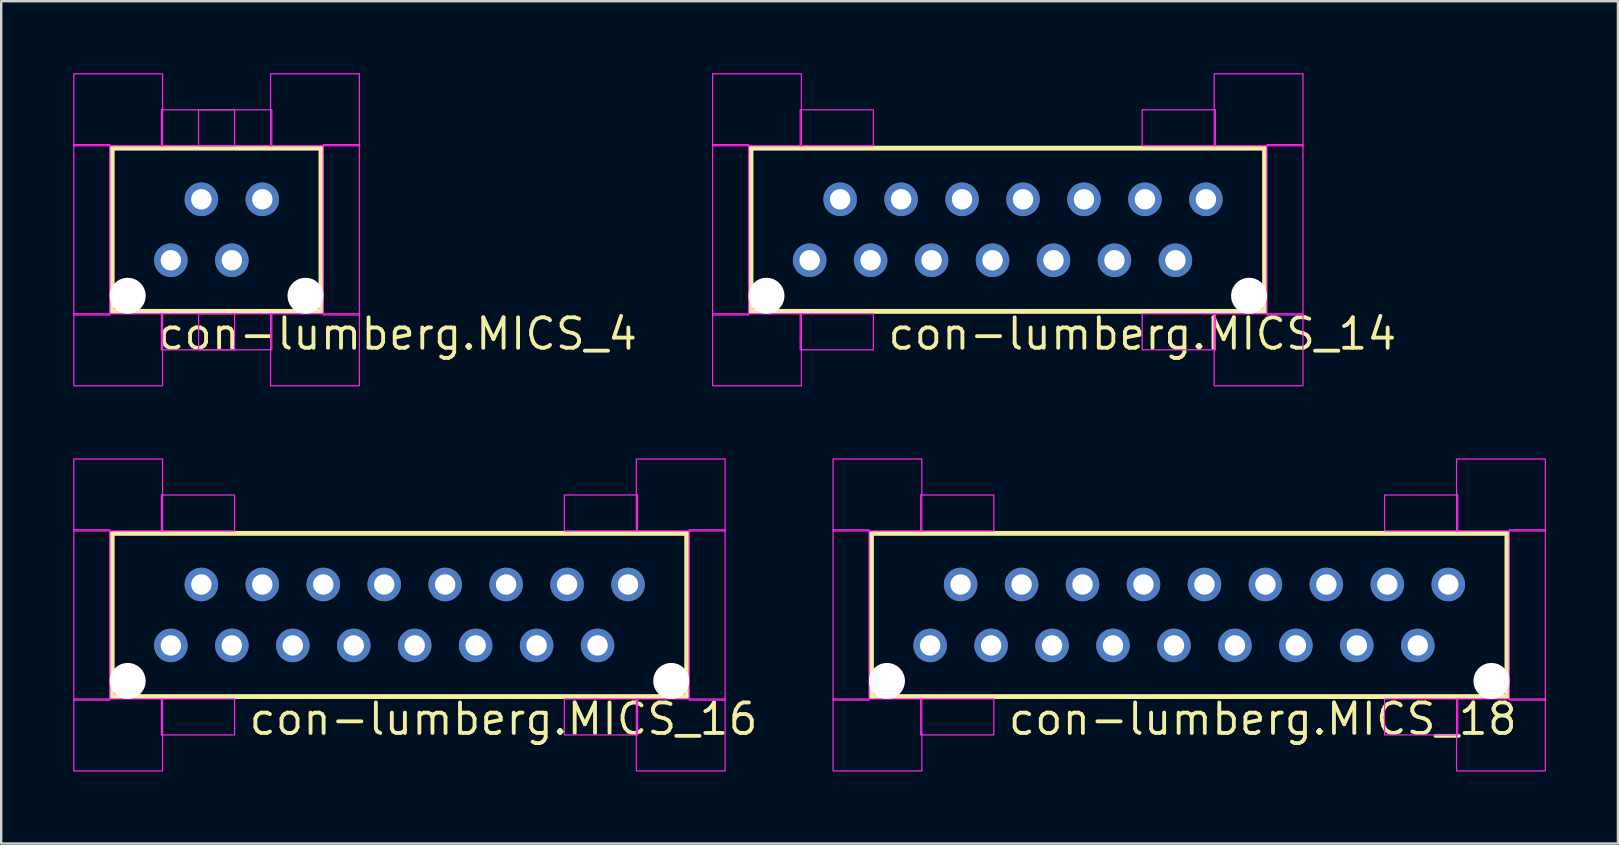
<source format=kicad_pcb>
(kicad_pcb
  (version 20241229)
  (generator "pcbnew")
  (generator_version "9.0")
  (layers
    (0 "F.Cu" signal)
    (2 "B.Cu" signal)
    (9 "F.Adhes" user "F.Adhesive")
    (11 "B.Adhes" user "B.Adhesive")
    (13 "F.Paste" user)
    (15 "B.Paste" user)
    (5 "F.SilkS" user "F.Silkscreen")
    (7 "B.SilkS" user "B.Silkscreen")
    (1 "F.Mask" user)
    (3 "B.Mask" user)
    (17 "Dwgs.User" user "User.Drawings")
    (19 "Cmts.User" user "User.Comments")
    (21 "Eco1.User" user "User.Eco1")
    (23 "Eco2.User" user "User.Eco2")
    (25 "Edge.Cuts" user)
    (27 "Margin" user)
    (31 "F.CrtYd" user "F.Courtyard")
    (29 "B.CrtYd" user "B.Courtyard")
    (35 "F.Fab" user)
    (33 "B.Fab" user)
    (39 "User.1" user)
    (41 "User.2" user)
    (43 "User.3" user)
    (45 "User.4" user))
  (footprint "con-lumberg.MICS_4"
    (layer "F.Cu")
    (at 5.975 6.525)
    (property "Reference" "con-lumberg.MICS_4" (at -2.54 5.08 0) (layer "F.SilkS") (effects (font (size 1.27 1.27) (thickness 0.16)) (justify left bottom)))
    (attr through_hole)
    (fp_line (start -4.35 -3.4) (end 4.35 -3.4) (stroke (width 0.203) (type default)) (layer "F.SilkS"))
    (fp_line (start -4.35 3.4) (end -4.35 -3.4) (stroke (width 0.203) (type default)) (layer "F.SilkS"))
    (fp_line (start 4.35 -3.4) (end 4.35 3.4) (stroke (width 0.203) (type default)) (layer "F.SilkS"))
    (fp_line (start 4.35 3.4) (end -4.35 3.4) (stroke (width 0.203) (type default)) (layer "F.SilkS"))
    (fp_rect (start -5.95 -3.5) (end -2.25 -6.5) (stroke (width 0.05) (type default)) (fill no) (layer "F.CrtYd"))
    (fp_rect (start -5.95 3.55) (end -4.45 -3.55) (stroke (width 0.05) (type default)) (fill no) (layer "F.CrtYd"))
    (fp_rect (start -5.95 6.5) (end -2.25 3.5) (stroke (width 0.05) (type default)) (fill no) (layer "F.CrtYd"))
    (fp_rect (start -2.3 -3.5) (end 0.75 -5) (stroke (width 0.05) (type default)) (fill no) (layer "F.CrtYd"))
    (fp_rect (start -2.3 5) (end 0.75 3.5) (stroke (width 0.05) (type default)) (fill no) (layer "F.CrtYd"))
    (fp_rect (start -0.75 -3.5) (end 2.3 -5) (stroke (width 0.05) (type default)) (fill no) (layer "F.CrtYd"))
    (fp_rect (start -0.75 5) (end 2.3 3.5) (stroke (width 0.05) (type default)) (fill no) (layer "F.CrtYd"))
    (fp_rect (start 2.25 -3.5) (end 5.95 -6.5) (stroke (width 0.05) (type default)) (fill no) (layer "F.CrtYd"))
    (fp_rect (start 2.25 6.5) (end 5.95 3.5) (stroke (width 0.05) (type default)) (fill no) (layer "F.CrtYd"))
    (fp_rect (start 4.45 3.55) (end 5.95 -3.55) (stroke (width 0.05) (type default)) (fill no) (layer "F.CrtYd"))
    (pad "" np_thru_hole circle (at -3.705 2.75) (size 1.5 1.5) (drill 1.5) (layers "*.Cu" "*.Mask"))
    (pad "" np_thru_hole circle (at 3.705 2.75) (size 1.5 1.5) (drill 1.5) (layers "*.Cu" "*.Mask"))
    (pad "1" thru_hole circle (at -1.905 1.27) (size 1.397 1.397) (drill 0.85) (layers "*.Cu" "*.Mask"))
    (pad "2" thru_hole circle (at -0.635 -1.27) (size 1.397 1.397) (drill 0.85) (layers "*.Cu" "*.Mask"))
    (pad "3" thru_hole circle (at 0.635 1.27) (size 1.397 1.397) (drill 0.85) (layers "*.Cu" "*.Mask"))
    (pad "4" thru_hole circle (at 1.905 -1.27) (size 1.397 1.397) (drill 0.85) (layers "*.Cu" "*.Mask")))
  (footprint "con-lumberg.MICS_18"
    (layer "F.Cu")
    (at 46.503 22.575)
    (property "Reference" "con-lumberg.MICS_18" (at -7.62 5.08 0) (layer "F.SilkS") (effects (font (size 1.27 1.27) (thickness 0.16)) (justify left bottom)))
    (attr through_hole)
    (fp_line (start -13.24 -3.4) (end 13.24 -3.4) (stroke (width 0.203) (type default)) (layer "F.SilkS"))
    (fp_line (start -13.24 3.4) (end -13.24 -3.4) (stroke (width 0.203) (type default)) (layer "F.SilkS"))
    (fp_line (start 13.24 -3.4) (end 13.24 3.4) (stroke (width 0.203) (type default)) (layer "F.SilkS"))
    (fp_line (start 13.24 3.4) (end -13.24 3.4) (stroke (width 0.203) (type default)) (layer "F.SilkS"))
    (fp_rect (start -14.84 -3.5) (end -11.14 -6.5) (stroke (width 0.05) (type default)) (fill no) (layer "F.CrtYd"))
    (fp_rect (start -14.84 3.55) (end -13.34 -3.55) (stroke (width 0.05) (type default)) (fill no) (layer "F.CrtYd"))
    (fp_rect (start -14.84 6.5) (end -11.14 3.5) (stroke (width 0.05) (type default)) (fill no) (layer "F.CrtYd"))
    (fp_rect (start -11.19 -3.5) (end -8.14 -5) (stroke (width 0.05) (type default)) (fill no) (layer "F.CrtYd"))
    (fp_rect (start -11.19 5) (end -8.14 3.5) (stroke (width 0.05) (type default)) (fill no) (layer "F.CrtYd"))
    (fp_rect (start 8.14 -3.5) (end 11.19 -5) (stroke (width 0.05) (type default)) (fill no) (layer "F.CrtYd"))
    (fp_rect (start 8.14 5) (end 11.19 3.5) (stroke (width 0.05) (type default)) (fill no) (layer "F.CrtYd"))
    (fp_rect (start 11.14 -3.5) (end 14.84 -6.5) (stroke (width 0.05) (type default)) (fill no) (layer "F.CrtYd"))
    (fp_rect (start 11.14 6.5) (end 14.84 3.5) (stroke (width 0.05) (type default)) (fill no) (layer "F.CrtYd"))
    (fp_rect (start 13.34 3.55) (end 14.84 -3.55) (stroke (width 0.05) (type default)) (fill no) (layer "F.CrtYd"))
    (pad "" np_thru_hole circle (at -12.595 2.75) (size 1.5 1.5) (drill 1.5) (layers "*.Cu" "*.Mask"))
    (pad "" np_thru_hole circle (at 12.595 2.75) (size 1.5 1.5) (drill 1.5) (layers "*.Cu" "*.Mask"))
    (pad "1" thru_hole circle (at -10.795 1.27) (size 1.397 1.397) (drill 0.85) (layers "*.Cu" "*.Mask"))
    (pad "2" thru_hole circle (at -9.525 -1.27) (size 1.397 1.397) (drill 0.85) (layers "*.Cu" "*.Mask"))
    (pad "3" thru_hole circle (at -8.255 1.27) (size 1.397 1.397) (drill 0.85) (layers "*.Cu" "*.Mask"))
    (pad "4" thru_hole circle (at -6.985 -1.27) (size 1.397 1.397) (drill 0.85) (layers "*.Cu" "*.Mask"))
    (pad "5" thru_hole circle (at -5.715 1.27) (size 1.397 1.397) (drill 0.85) (layers "*.Cu" "*.Mask"))
    (pad "6" thru_hole circle (at -4.445 -1.27) (size 1.397 1.397) (drill 0.85) (layers "*.Cu" "*.Mask"))
    (pad "7" thru_hole circle (at -3.175 1.27) (size 1.397 1.397) (drill 0.85) (layers "*.Cu" "*.Mask"))
    (pad "8" thru_hole circle (at -1.905 -1.27) (size 1.397 1.397) (drill 0.85) (layers "*.Cu" "*.Mask"))
    (pad "9" thru_hole circle (at -0.635 1.27) (size 1.397 1.397) (drill 0.85) (layers "*.Cu" "*.Mask"))
    (pad "10" thru_hole circle (at 0.635 -1.27) (size 1.397 1.397) (drill 0.85) (layers "*.Cu" "*.Mask"))
    (pad "11" thru_hole circle (at 1.905 1.27) (size 1.397 1.397) (drill 0.85) (layers "*.Cu" "*.Mask"))
    (pad "12" thru_hole circle (at 3.175 -1.27) (size 1.397 1.397) (drill 0.85) (layers "*.Cu" "*.Mask"))
    (pad "13" thru_hole circle (at 4.445 1.27) (size 1.397 1.397) (drill 0.85) (layers "*.Cu" "*.Mask"))
    (pad "14" thru_hole circle (at 5.715 -1.27) (size 1.397 1.397) (drill 0.85) (layers "*.Cu" "*.Mask"))
    (pad "15" thru_hole circle (at 6.985 1.27) (size 1.397 1.397) (drill 0.85) (layers "*.Cu" "*.Mask"))
    (pad "16" thru_hole circle (at 8.255 -1.27) (size 1.397 1.397) (drill 0.85) (layers "*.Cu" "*.Mask"))
    (pad "17" thru_hole circle (at 9.525 1.27) (size 1.397 1.397) (drill 0.85) (layers "*.Cu" "*.Mask"))
    (pad "18" thru_hole circle (at 10.795 -1.27) (size 1.397 1.397) (drill 0.85) (layers "*.Cu" "*.Mask")))
  (footprint "con-lumberg.MICS_14"
    (layer "F.Cu")
    (at 38.943 6.525)
    (property "Reference" "con-lumberg.MICS_14" (at -5.08 5.08 0) (layer "F.SilkS") (effects (font (size 1.27 1.27) (thickness 0.16)) (justify left bottom)))
    (attr through_hole)
    (fp_line (start -10.7 -3.4) (end 10.7 -3.4) (stroke (width 0.203) (type default)) (layer "F.SilkS"))
    (fp_line (start -10.7 3.4) (end -10.7 -3.4) (stroke (width 0.203) (type default)) (layer "F.SilkS"))
    (fp_line (start 10.7 -3.4) (end 10.7 3.4) (stroke (width 0.203) (type default)) (layer "F.SilkS"))
    (fp_line (start 10.7 3.4) (end -10.7 3.4) (stroke (width 0.203) (type default)) (layer "F.SilkS"))
    (fp_rect (start -12.3 -3.5) (end -8.6 -6.5) (stroke (width 0.05) (type default)) (fill no) (layer "F.CrtYd"))
    (fp_rect (start -12.3 3.55) (end -10.8 -3.55) (stroke (width 0.05) (type default)) (fill no) (layer "F.CrtYd"))
    (fp_rect (start -12.3 6.5) (end -8.6 3.5) (stroke (width 0.05) (type default)) (fill no) (layer "F.CrtYd"))
    (fp_rect (start -8.65 -3.5) (end -5.6 -5) (stroke (width 0.05) (type default)) (fill no) (layer "F.CrtYd"))
    (fp_rect (start -8.65 5) (end -5.6 3.5) (stroke (width 0.05) (type default)) (fill no) (layer "F.CrtYd"))
    (fp_rect (start 5.6 -3.5) (end 8.65 -5) (stroke (width 0.05) (type default)) (fill no) (layer "F.CrtYd"))
    (fp_rect (start 5.6 5) (end 8.65 3.5) (stroke (width 0.05) (type default)) (fill no) (layer "F.CrtYd"))
    (fp_rect (start 8.6 -3.5) (end 12.3 -6.5) (stroke (width 0.05) (type default)) (fill no) (layer "F.CrtYd"))
    (fp_rect (start 8.6 6.5) (end 12.3 3.5) (stroke (width 0.05) (type default)) (fill no) (layer "F.CrtYd"))
    (fp_rect (start 10.8 3.55) (end 12.3 -3.55) (stroke (width 0.05) (type default)) (fill no) (layer "F.CrtYd"))
    (pad "" np_thru_hole circle (at -10.055 2.75) (size 1.5 1.5) (drill 1.5) (layers "*.Cu" "*.Mask"))
    (pad "" np_thru_hole circle (at 10.055 2.75) (size 1.5 1.5) (drill 1.5) (layers "*.Cu" "*.Mask"))
    (pad "1" thru_hole circle (at -8.255 1.27) (size 1.397 1.397) (drill 0.85) (layers "*.Cu" "*.Mask"))
    (pad "2" thru_hole circle (at -6.985 -1.27) (size 1.397 1.397) (drill 0.85) (layers "*.Cu" "*.Mask"))
    (pad "3" thru_hole circle (at -5.715 1.27) (size 1.397 1.397) (drill 0.85) (layers "*.Cu" "*.Mask"))
    (pad "4" thru_hole circle (at -4.445 -1.27) (size 1.397 1.397) (drill 0.85) (layers "*.Cu" "*.Mask"))
    (pad "5" thru_hole circle (at -3.175 1.27) (size 1.397 1.397) (drill 0.85) (layers "*.Cu" "*.Mask"))
    (pad "6" thru_hole circle (at -1.905 -1.27) (size 1.397 1.397) (drill 0.85) (layers "*.Cu" "*.Mask"))
    (pad "7" thru_hole circle (at -0.635 1.27) (size 1.397 1.397) (drill 0.85) (layers "*.Cu" "*.Mask"))
    (pad "8" thru_hole circle (at 0.635 -1.27) (size 1.397 1.397) (drill 0.85) (layers "*.Cu" "*.Mask"))
    (pad "9" thru_hole circle (at 1.905 1.27) (size 1.397 1.397) (drill 0.85) (layers "*.Cu" "*.Mask"))
    (pad "10" thru_hole circle (at 3.175 -1.27) (size 1.397 1.397) (drill 0.85) (layers "*.Cu" "*.Mask"))
    (pad "11" thru_hole circle (at 4.445 1.27) (size 1.397 1.397) (drill 0.85) (layers "*.Cu" "*.Mask"))
    (pad "12" thru_hole circle (at 5.715 -1.27) (size 1.397 1.397) (drill 0.85) (layers "*.Cu" "*.Mask"))
    (pad "13" thru_hole circle (at 6.985 1.27) (size 1.397 1.397) (drill 0.85) (layers "*.Cu" "*.Mask"))
    (pad "14" thru_hole circle (at 8.255 -1.27) (size 1.397 1.397) (drill 0.85) (layers "*.Cu" "*.Mask")))
  (footprint "con-lumberg.MICS_16"
    (layer "F.Cu")
    (at 13.595 22.575)
    (property "Reference" "con-lumberg.MICS_16" (at -6.35 5.08 0) (layer "F.SilkS") (effects (font (size 1.27 1.27) (thickness 0.16)) (justify left bottom)))
    (attr through_hole)
    (fp_line (start -11.97 -3.4) (end 11.97 -3.4) (stroke (width 0.203) (type default)) (layer "F.SilkS"))
    (fp_line (start -11.97 3.4) (end -11.97 -3.4) (stroke (width 0.203) (type default)) (layer "F.SilkS"))
    (fp_line (start 11.97 -3.4) (end 11.97 3.4) (stroke (width 0.203) (type default)) (layer "F.SilkS"))
    (fp_line (start 11.97 3.4) (end -11.97 3.4) (stroke (width 0.203) (type default)) (layer "F.SilkS"))
    (fp_rect (start -13.57 -3.5) (end -9.87 -6.5) (stroke (width 0.05) (type default)) (fill no) (layer "F.CrtYd"))
    (fp_rect (start -13.57 3.55) (end -12.07 -3.55) (stroke (width 0.05) (type default)) (fill no) (layer "F.CrtYd"))
    (fp_rect (start -13.57 6.5) (end -9.87 3.5) (stroke (width 0.05) (type default)) (fill no) (layer "F.CrtYd"))
    (fp_rect (start -9.92 -3.5) (end -6.87 -5) (stroke (width 0.05) (type default)) (fill no) (layer "F.CrtYd"))
    (fp_rect (start -9.92 5) (end -6.87 3.5) (stroke (width 0.05) (type default)) (fill no) (layer "F.CrtYd"))
    (fp_rect (start 6.87 -3.5) (end 9.92 -5) (stroke (width 0.05) (type default)) (fill no) (layer "F.CrtYd"))
    (fp_rect (start 6.87 5) (end 9.92 3.5) (stroke (width 0.05) (type default)) (fill no) (layer "F.CrtYd"))
    (fp_rect (start 9.87 -3.5) (end 13.57 -6.5) (stroke (width 0.05) (type default)) (fill no) (layer "F.CrtYd"))
    (fp_rect (start 9.87 6.5) (end 13.57 3.5) (stroke (width 0.05) (type default)) (fill no) (layer "F.CrtYd"))
    (fp_rect (start 12.07 3.55) (end 13.57 -3.55) (stroke (width 0.05) (type default)) (fill no) (layer "F.CrtYd"))
    (pad "" np_thru_hole circle (at -11.325 2.75) (size 1.5 1.5) (drill 1.5) (layers "*.Cu" "*.Mask"))
    (pad "" np_thru_hole circle (at 11.325 2.75) (size 1.5 1.5) (drill 1.5) (layers "*.Cu" "*.Mask"))
    (pad "1" thru_hole circle (at -9.525 1.27) (size 1.397 1.397) (drill 0.85) (layers "*.Cu" "*.Mask"))
    (pad "2" thru_hole circle (at -8.255 -1.27) (size 1.397 1.397) (drill 0.85) (layers "*.Cu" "*.Mask"))
    (pad "3" thru_hole circle (at -6.985 1.27) (size 1.397 1.397) (drill 0.85) (layers "*.Cu" "*.Mask"))
    (pad "4" thru_hole circle (at -5.715 -1.27) (size 1.397 1.397) (drill 0.85) (layers "*.Cu" "*.Mask"))
    (pad "5" thru_hole circle (at -4.445 1.27) (size 1.397 1.397) (drill 0.85) (layers "*.Cu" "*.Mask"))
    (pad "6" thru_hole circle (at -3.175 -1.27) (size 1.397 1.397) (drill 0.85) (layers "*.Cu" "*.Mask"))
    (pad "7" thru_hole circle (at -1.905 1.27) (size 1.397 1.397) (drill 0.85) (layers "*.Cu" "*.Mask"))
    (pad "8" thru_hole circle (at -0.635 -1.27) (size 1.397 1.397) (drill 0.85) (layers "*.Cu" "*.Mask"))
    (pad "9" thru_hole circle (at 0.635 1.27) (size 1.397 1.397) (drill 0.85) (layers "*.Cu" "*.Mask"))
    (pad "10" thru_hole circle (at 1.905 -1.27) (size 1.397 1.397) (drill 0.85) (layers "*.Cu" "*.Mask"))
    (pad "11" thru_hole circle (at 3.175 1.27) (size 1.397 1.397) (drill 0.85) (layers "*.Cu" "*.Mask"))
    (pad "12" thru_hole circle (at 4.445 -1.27) (size 1.397 1.397) (drill 0.85) (layers "*.Cu" "*.Mask"))
    (pad "13" thru_hole circle (at 5.715 1.27) (size 1.397 1.397) (drill 0.85) (layers "*.Cu" "*.Mask"))
    (pad "14" thru_hole circle (at 6.985 -1.27) (size 1.397 1.397) (drill 0.85) (layers "*.Cu" "*.Mask"))
    (pad "15" thru_hole circle (at 8.255 1.27) (size 1.397 1.397) (drill 0.85) (layers "*.Cu" "*.Mask"))
    (pad "16" thru_hole circle (at 9.525 -1.27) (size 1.397 1.397) (drill 0.85) (layers "*.Cu" "*.Mask")))
  (gr_rect
    (start -3 -3)
    (end 64.368 32.1)
    (stroke (width 0.1) (type default))
    (fill no)
    (layer "Edge.Cuts")))
</source>
